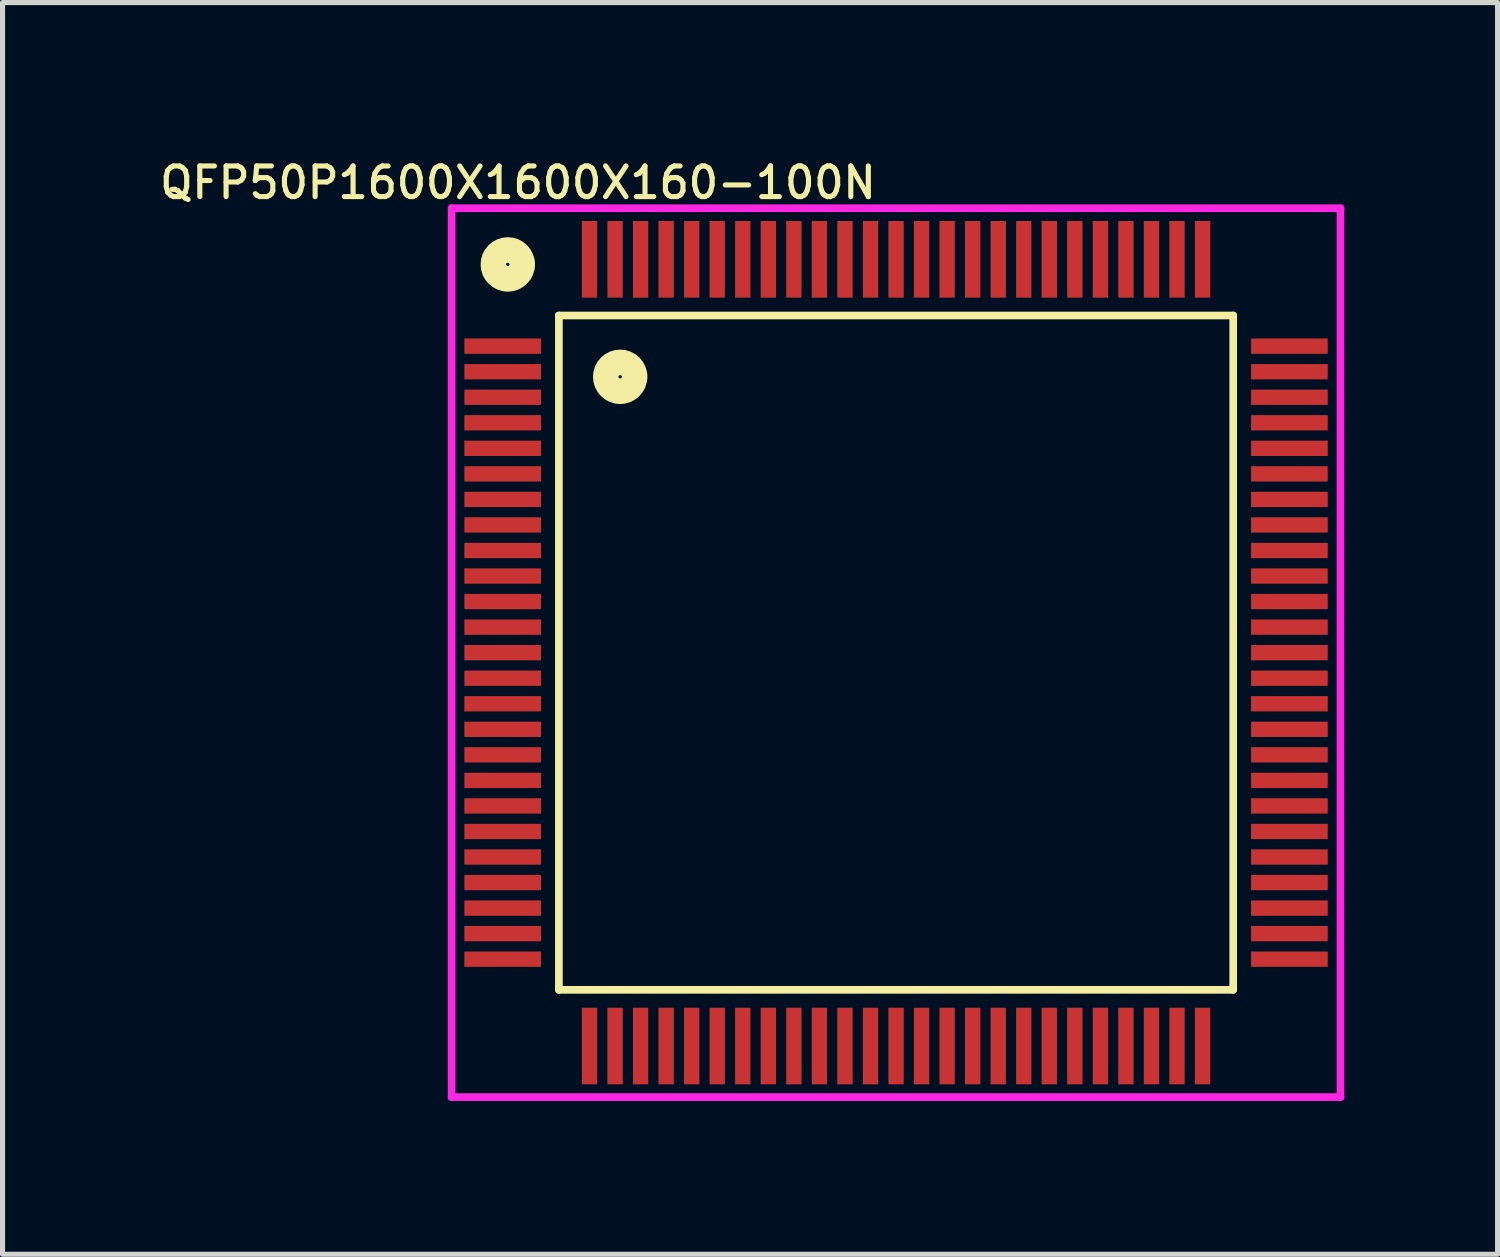
<source format=kicad_pcb>
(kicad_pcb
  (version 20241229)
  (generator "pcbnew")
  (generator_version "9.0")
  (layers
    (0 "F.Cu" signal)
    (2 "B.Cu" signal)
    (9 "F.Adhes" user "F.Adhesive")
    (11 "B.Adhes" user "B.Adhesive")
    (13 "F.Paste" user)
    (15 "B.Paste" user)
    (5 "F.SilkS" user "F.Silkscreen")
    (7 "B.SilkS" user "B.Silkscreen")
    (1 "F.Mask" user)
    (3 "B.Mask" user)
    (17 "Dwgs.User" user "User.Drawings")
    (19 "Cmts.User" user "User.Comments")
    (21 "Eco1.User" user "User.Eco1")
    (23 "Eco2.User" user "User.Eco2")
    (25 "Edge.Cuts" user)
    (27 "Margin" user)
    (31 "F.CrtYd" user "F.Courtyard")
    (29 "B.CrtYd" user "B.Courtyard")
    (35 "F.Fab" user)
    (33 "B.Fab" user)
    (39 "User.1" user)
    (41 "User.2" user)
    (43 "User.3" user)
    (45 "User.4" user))
  (footprint "QFP50P1600X1600X160-100N"
    (layer "F.Cu")
    (at 14.49 9.726)
    (property "Reference" "QFP50P1600X1600X160-100N" (at -7.4 -9.2 0) (layer "F.SilkS") (effects (font (size 0.6 0.6) (thickness 0.1))))
    (attr through_hole)
    (fp_line (start -6.6 -6.6) (end 6.6 -6.6) (stroke (width 0.15) (type solid)) (layer "F.SilkS"))
    (fp_line (start -6.6 6.6) (end -6.6 -6.6) (stroke (width 0.15) (type solid)) (layer "F.SilkS"))
    (fp_line (start 6.6 -6.6) (end 6.6 6.6) (stroke (width 0.15) (type solid)) (layer "F.SilkS"))
    (fp_line (start 6.6 6.6) (end -6.6 6.6) (stroke (width 0.15) (type solid)) (layer "F.SilkS"))
    (fp_circle (center -7.6 -7.6) (end -7.4 -7.4) (stroke (width 0.5) (type solid)) (fill no) (layer "F.SilkS"))
    (fp_circle (center -5.4 -5.4) (end -5.2 -5.2) (stroke (width 0.5) (type solid)) (fill no) (layer "F.SilkS"))
    (fp_line (start -8.7 -8.7) (end 8.7 -8.7) (stroke (width 0.15) (type solid)) (layer "F.CrtYd"))
    (fp_line (start -8.7 8.7) (end -8.7 -8.7) (stroke (width 0.15) (type solid)) (layer "F.CrtYd"))
    (fp_line (start 8.7 -8.7) (end 8.7 8.7) (stroke (width 0.15) (type solid)) (layer "F.CrtYd"))
    (fp_line (start 8.7 8.7) (end -8.7 8.7) (stroke (width 0.15) (type solid)) (layer "F.CrtYd"))
    (pad "1" smd rect (at -7.7 -6) (size 1.5 0.3) (layers "F.Cu" "F.Mask" "F.Paste"))
    (pad "2" smd rect (at -7.7 -5.5) (size 1.5 0.3) (layers "F.Cu" "F.Mask" "F.Paste"))
    (pad "3" smd rect (at -7.7 -5) (size 1.5 0.3) (layers "F.Cu" "F.Mask" "F.Paste"))
    (pad "4" smd rect (at -7.7 -4.5) (size 1.5 0.3) (layers "F.Cu" "F.Mask" "F.Paste"))
    (pad "5" smd rect (at -7.7 -4) (size 1.5 0.3) (layers "F.Cu" "F.Mask" "F.Paste"))
    (pad "6" smd rect (at -7.7 -3.5) (size 1.5 0.3) (layers "F.Cu" "F.Mask" "F.Paste"))
    (pad "7" smd rect (at -7.7 -3) (size 1.5 0.3) (layers "F.Cu" "F.Mask" "F.Paste"))
    (pad "8" smd rect (at -7.7 -2.5) (size 1.5 0.3) (layers "F.Cu" "F.Mask" "F.Paste"))
    (pad "9" smd rect (at -7.7 -2) (size 1.5 0.3) (layers "F.Cu" "F.Mask" "F.Paste"))
    (pad "10" smd rect (at -7.7 -1.5) (size 1.5 0.3) (layers "F.Cu" "F.Mask" "F.Paste"))
    (pad "11" smd rect (at -7.7 -1) (size 1.5 0.3) (layers "F.Cu" "F.Mask" "F.Paste"))
    (pad "12" smd rect (at -7.7 -0.5) (size 1.5 0.3) (layers "F.Cu" "F.Mask" "F.Paste"))
    (pad "13" smd rect (at -7.7 0) (size 1.5 0.3) (layers "F.Cu" "F.Mask" "F.Paste"))
    (pad "14" smd rect (at -7.7 0.5) (size 1.5 0.3) (layers "F.Cu" "F.Mask" "F.Paste"))
    (pad "15" smd rect (at -7.7 1) (size 1.5 0.3) (layers "F.Cu" "F.Mask" "F.Paste"))
    (pad "16" smd rect (at -7.7 1.5) (size 1.5 0.3) (layers "F.Cu" "F.Mask" "F.Paste"))
    (pad "17" smd rect (at -7.7 2) (size 1.5 0.3) (layers "F.Cu" "F.Mask" "F.Paste"))
    (pad "18" smd rect (at -7.7 2.5) (size 1.5 0.3) (layers "F.Cu" "F.Mask" "F.Paste"))
    (pad "19" smd rect (at -7.7 3) (size 1.5 0.3) (layers "F.Cu" "F.Mask" "F.Paste"))
    (pad "20" smd rect (at -7.7 3.5) (size 1.5 0.3) (layers "F.Cu" "F.Mask" "F.Paste"))
    (pad "21" smd rect (at -7.7 4) (size 1.5 0.3) (layers "F.Cu" "F.Mask" "F.Paste"))
    (pad "22" smd rect (at -7.7 4.5) (size 1.5 0.3) (layers "F.Cu" "F.Mask" "F.Paste"))
    (pad "23" smd rect (at -7.7 5) (size 1.5 0.3) (layers "F.Cu" "F.Mask" "F.Paste"))
    (pad "24" smd rect (at -7.7 5.5) (size 1.5 0.3) (layers "F.Cu" "F.Mask" "F.Paste"))
    (pad "25" smd rect (at -7.7 6) (size 1.5 0.3) (layers "F.Cu" "F.Mask" "F.Paste"))
    (pad "26" smd rect (at -6 7.7) (size 0.3 1.5) (layers "F.Cu" "F.Mask" "F.Paste"))
    (pad "27" smd rect (at -5.5 7.7) (size 0.3 1.5) (layers "F.Cu" "F.Mask" "F.Paste"))
    (pad "28" smd rect (at -5 7.7) (size 0.3 1.5) (layers "F.Cu" "F.Mask" "F.Paste"))
    (pad "29" smd rect (at -4.5 7.7) (size 0.3 1.5) (layers "F.Cu" "F.Mask" "F.Paste"))
    (pad "30" smd rect (at -4 7.7) (size 0.3 1.5) (layers "F.Cu" "F.Mask" "F.Paste"))
    (pad "31" smd rect (at -3.5 7.7) (size 0.3 1.5) (layers "F.Cu" "F.Mask" "F.Paste"))
    (pad "32" smd rect (at -3 7.7) (size 0.3 1.5) (layers "F.Cu" "F.Mask" "F.Paste"))
    (pad "33" smd rect (at -2.5 7.7) (size 0.3 1.5) (layers "F.Cu" "F.Mask" "F.Paste"))
    (pad "34" smd rect (at -2 7.7) (size 0.3 1.5) (layers "F.Cu" "F.Mask" "F.Paste"))
    (pad "35" smd rect (at -1.5 7.7) (size 0.3 1.5) (layers "F.Cu" "F.Mask" "F.Paste"))
    (pad "36" smd rect (at -1 7.7) (size 0.3 1.5) (layers "F.Cu" "F.Mask" "F.Paste"))
    (pad "37" smd rect (at -0.5 7.7) (size 0.3 1.5) (layers "F.Cu" "F.Mask" "F.Paste"))
    (pad "38" smd rect (at 0 7.7) (size 0.3 1.5) (layers "F.Cu" "F.Mask" "F.Paste"))
    (pad "39" smd rect (at 0.5 7.7) (size 0.3 1.5) (layers "F.Cu" "F.Mask" "F.Paste"))
    (pad "40" smd rect (at 1 7.7) (size 0.3 1.5) (layers "F.Cu" "F.Mask" "F.Paste"))
    (pad "41" smd rect (at 1.5 7.7) (size 0.3 1.5) (layers "F.Cu" "F.Mask" "F.Paste"))
    (pad "42" smd rect (at 2 7.7) (size 0.3 1.5) (layers "F.Cu" "F.Mask" "F.Paste"))
    (pad "43" smd rect (at 2.5 7.7) (size 0.3 1.5) (layers "F.Cu" "F.Mask" "F.Paste"))
    (pad "44" smd rect (at 3 7.7) (size 0.3 1.5) (layers "F.Cu" "F.Mask" "F.Paste"))
    (pad "45" smd rect (at 3.5 7.7) (size 0.3 1.5) (layers "F.Cu" "F.Mask" "F.Paste"))
    (pad "46" smd rect (at 4 7.7) (size 0.3 1.5) (layers "F.Cu" "F.Mask" "F.Paste"))
    (pad "47" smd rect (at 4.5 7.7) (size 0.3 1.5) (layers "F.Cu" "F.Mask" "F.Paste"))
    (pad "48" smd rect (at 5 7.7) (size 0.3 1.5) (layers "F.Cu" "F.Mask" "F.Paste"))
    (pad "49" smd rect (at 5.5 7.7) (size 0.3 1.5) (layers "F.Cu" "F.Mask" "F.Paste"))
    (pad "50" smd rect (at 6 7.7) (size 0.3 1.5) (layers "F.Cu" "F.Mask" "F.Paste"))
    (pad "51" smd rect (at 7.7 6) (size 1.5 0.3) (layers "F.Cu" "F.Mask" "F.Paste"))
    (pad "52" smd rect (at 7.7 5.5) (size 1.5 0.3) (layers "F.Cu" "F.Mask" "F.Paste"))
    (pad "53" smd rect (at 7.7 5) (size 1.5 0.3) (layers "F.Cu" "F.Mask" "F.Paste"))
    (pad "54" smd rect (at 7.7 4.5) (size 1.5 0.3) (layers "F.Cu" "F.Mask" "F.Paste"))
    (pad "55" smd rect (at 7.7 4) (size 1.5 0.3) (layers "F.Cu" "F.Mask" "F.Paste"))
    (pad "56" smd rect (at 7.7 3.5) (size 1.5 0.3) (layers "F.Cu" "F.Mask" "F.Paste"))
    (pad "57" smd rect (at 7.7 3) (size 1.5 0.3) (layers "F.Cu" "F.Mask" "F.Paste"))
    (pad "58" smd rect (at 7.7 2.5) (size 1.5 0.3) (layers "F.Cu" "F.Mask" "F.Paste"))
    (pad "59" smd rect (at 7.7 2) (size 1.5 0.3) (layers "F.Cu" "F.Mask" "F.Paste"))
    (pad "60" smd rect (at 7.7 1.5) (size 1.5 0.3) (layers "F.Cu" "F.Mask" "F.Paste"))
    (pad "61" smd rect (at 7.7 1) (size 1.5 0.3) (layers "F.Cu" "F.Mask" "F.Paste"))
    (pad "62" smd rect (at 7.7 0.5) (size 1.5 0.3) (layers "F.Cu" "F.Mask" "F.Paste"))
    (pad "63" smd rect (at 7.7 0) (size 1.5 0.3) (layers "F.Cu" "F.Mask" "F.Paste"))
    (pad "64" smd rect (at 7.7 -0.5) (size 1.5 0.3) (layers "F.Cu" "F.Mask" "F.Paste"))
    (pad "65" smd rect (at 7.7 -1) (size 1.5 0.3) (layers "F.Cu" "F.Mask" "F.Paste"))
    (pad "66" smd rect (at 7.7 -1.5) (size 1.5 0.3) (layers "F.Cu" "F.Mask" "F.Paste"))
    (pad "67" smd rect (at 7.7 -2) (size 1.5 0.3) (layers "F.Cu" "F.Mask" "F.Paste"))
    (pad "68" smd rect (at 7.7 -2.5) (size 1.5 0.3) (layers "F.Cu" "F.Mask" "F.Paste"))
    (pad "69" smd rect (at 7.7 -3) (size 1.5 0.3) (layers "F.Cu" "F.Mask" "F.Paste"))
    (pad "70" smd rect (at 7.7 -3.5) (size 1.5 0.3) (layers "F.Cu" "F.Mask" "F.Paste"))
    (pad "71" smd rect (at 7.7 -4) (size 1.5 0.3) (layers "F.Cu" "F.Mask" "F.Paste"))
    (pad "72" smd rect (at 7.7 -4.5) (size 1.5 0.3) (layers "F.Cu" "F.Mask" "F.Paste"))
    (pad "73" smd rect (at 7.7 -5) (size 1.5 0.3) (layers "F.Cu" "F.Mask" "F.Paste"))
    (pad "74" smd rect (at 7.7 -5.5) (size 1.5 0.3) (layers "F.Cu" "F.Mask" "F.Paste"))
    (pad "75" smd rect (at 7.7 -6) (size 1.5 0.3) (layers "F.Cu" "F.Mask" "F.Paste"))
    (pad "76" smd rect (at 6 -7.7) (size 0.3 1.5) (layers "F.Cu" "F.Mask" "F.Paste"))
    (pad "77" smd rect (at 5.5 -7.7) (size 0.3 1.5) (layers "F.Cu" "F.Mask" "F.Paste"))
    (pad "78" smd rect (at 5 -7.7) (size 0.3 1.5) (layers "F.Cu" "F.Mask" "F.Paste"))
    (pad "79" smd rect (at 4.5 -7.7) (size 0.3 1.5) (layers "F.Cu" "F.Mask" "F.Paste"))
    (pad "80" smd rect (at 4 -7.7) (size 0.3 1.5) (layers "F.Cu" "F.Mask" "F.Paste"))
    (pad "81" smd rect (at 3.5 -7.7) (size 0.3 1.5) (layers "F.Cu" "F.Mask" "F.Paste"))
    (pad "82" smd rect (at 3 -7.7) (size 0.3 1.5) (layers "F.Cu" "F.Mask" "F.Paste"))
    (pad "83" smd rect (at 2.5 -7.7) (size 0.3 1.5) (layers "F.Cu" "F.Mask" "F.Paste"))
    (pad "84" smd rect (at 2 -7.7) (size 0.3 1.5) (layers "F.Cu" "F.Mask" "F.Paste"))
    (pad "85" smd rect (at 1.5 -7.7) (size 0.3 1.5) (layers "F.Cu" "F.Mask" "F.Paste"))
    (pad "86" smd rect (at 1 -7.7) (size 0.3 1.5) (layers "F.Cu" "F.Mask" "F.Paste"))
    (pad "87" smd rect (at 0.5 -7.7) (size 0.3 1.5) (layers "F.Cu" "F.Mask" "F.Paste"))
    (pad "88" smd rect (at 0 -7.7) (size 0.3 1.5) (layers "F.Cu" "F.Mask" "F.Paste"))
    (pad "89" smd rect (at -0.5 -7.7) (size 0.3 1.5) (layers "F.Cu" "F.Mask" "F.Paste"))
    (pad "90" smd rect (at -1 -7.7) (size 0.3 1.5) (layers "F.Cu" "F.Mask" "F.Paste"))
    (pad "91" smd rect (at -1.5 -7.7) (size 0.3 1.5) (layers "F.Cu" "F.Mask" "F.Paste"))
    (pad "92" smd rect (at -2 -7.7) (size 0.3 1.5) (layers "F.Cu" "F.Mask" "F.Paste"))
    (pad "93" smd rect (at -2.5 -7.7) (size 0.3 1.5) (layers "F.Cu" "F.Mask" "F.Paste"))
    (pad "94" smd rect (at -3 -7.7) (size 0.3 1.5) (layers "F.Cu" "F.Mask" "F.Paste"))
    (pad "95" smd rect (at -3.5 -7.7) (size 0.3 1.5) (layers "F.Cu" "F.Mask" "F.Paste"))
    (pad "96" smd rect (at -4 -7.7) (size 0.3 1.5) (layers "F.Cu" "F.Mask" "F.Paste"))
    (pad "97" smd rect (at -4.5 -7.7) (size 0.3 1.5) (layers "F.Cu" "F.Mask" "F.Paste"))
    (pad "98" smd rect (at -5 -7.7) (size 0.3 1.5) (layers "F.Cu" "F.Mask" "F.Paste"))
    (pad "99" smd rect (at -5.5 -7.7) (size 0.3 1.5) (layers "F.Cu" "F.Mask" "F.Paste"))
    (pad "100" smd rect (at -6 -7.7) (size 0.3 1.5) (layers "F.Cu" "F.Mask" "F.Paste")))
  (gr_rect
    (start -3 -3)
    (end 26.265 21.502)
    (stroke (width 0.1) (type default))
    (fill no)
    (layer "Edge.Cuts")))
</source>
